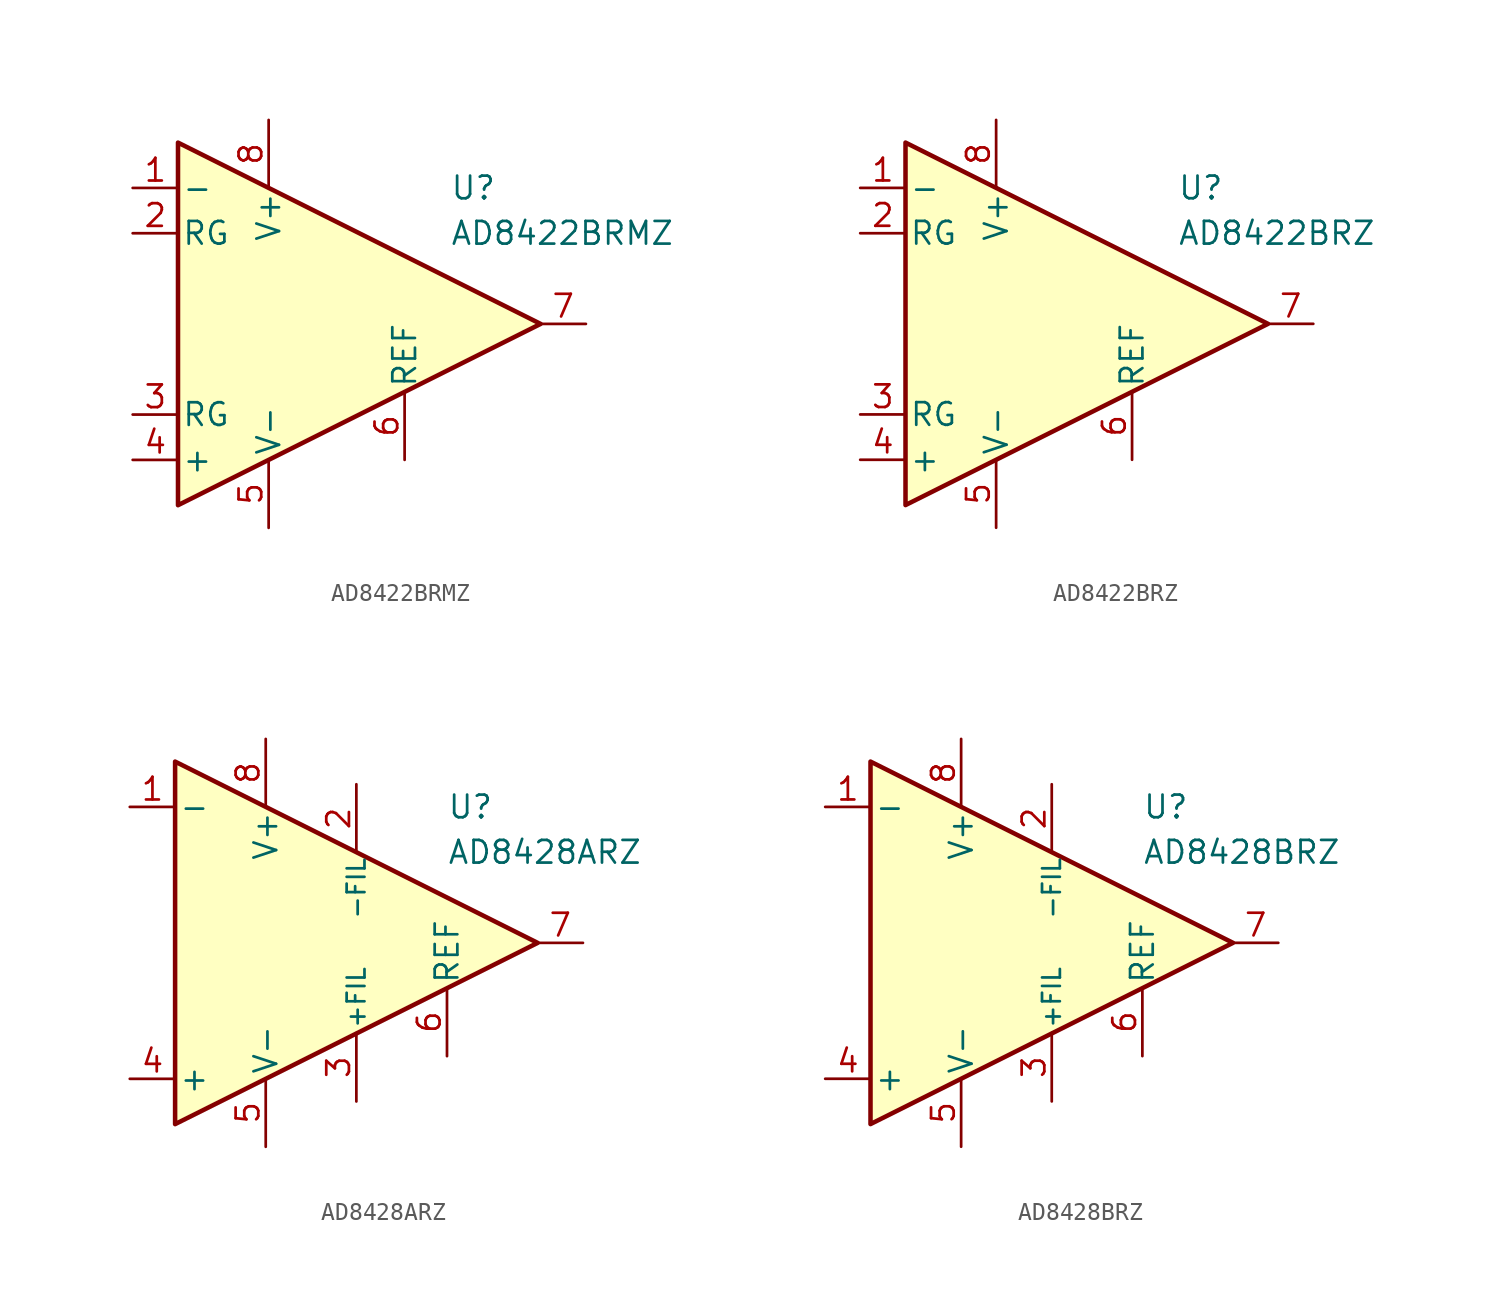
<source format=kicad_sym>
(kicad_symbol_lib
  (version 20231120)
  (generator "kicad_symbol_editor")
  (generator_version "8.0")
  (symbol "AD8422BRMZ"
    (pin_names
      (offset 0.2))
    (property "Reference" "U"
      (at 6.35 7.62 0)
      (effects (font (size 1.27 1.27)) (justify left)))
    (property "Value" "AD8422BRMZ"
      (at 6.35 5.08 0)
      (effects (font (size 1.27 1.27)) (justify left)))
    (symbol "AD8422BRMZ_0_1"
      (polyline (pts (xy -8.89 10.16) (xy -8.89 -10.16) (xy 11.43 0) (xy -8.89 10.16)) (stroke (width 0.254) (type default)) (fill (type background))))
    (symbol "AD8422BRMZ_1_1"
      (pin input line (at -11.43 7.62 0) (length 2.54) (name "-" (effects (font (size 1.27 1.27)))) (number "1" (effects (font (size 1.27 1.27)))))
      (pin passive line (at -11.43 5.08 0) (length 2.54) (name "RG" (effects (font (size 1.27 1.27)))) (number "2" (effects (font (size 1.27 1.27)))))
      (pin passive line (at -11.43 -5.08 0) (length 2.54) (name "RG" (effects (font (size 1.27 1.27)))) (number "3" (effects (font (size 1.27 1.27)))))
      (pin input line (at -11.43 -7.62 0) (length 2.54) (name "+" (effects (font (size 1.27 1.27)))) (number "4" (effects (font (size 1.27 1.27)))))
      (pin power_in line (at -3.81 -11.43 90) (length 3.81) (name "V-" (effects (font (size 1.27 1.27)))) (number "5" (effects (font (size 1.27 1.27)))))
      (pin input line (at 3.81 -7.62 90) (length 3.81) (name "REF" (effects (font (size 1.27 1.27)))) (number "6" (effects (font (size 1.27 1.27)))))
      (pin output line (at 13.97 0 180) (length 2.54) (name "~" (effects (font (size 1.27 1.27)))) (number "7" (effects (font (size 1.27 1.27)))))
      (pin power_in line (at -3.81 11.43 270) (length 3.81) (name "V+" (effects (font (size 1.27 1.27)))) (number "8" (effects (font (size 1.27 1.27)))))))
  (symbol "AD8422BRZ"
    (pin_names
      (offset 0.2))
    (property "Reference" "U"
      (at 6.35 7.62 0)
      (effects (font (size 1.27 1.27)) (justify left)))
    (property "Value" "AD8422BRZ"
      (at 6.35 5.08 0)
      (effects (font (size 1.27 1.27)) (justify left)))
    (symbol "AD8422BRZ_0_1"
      (polyline (pts (xy -8.89 10.16) (xy -8.89 -10.16) (xy 11.43 0) (xy -8.89 10.16)) (stroke (width 0.254) (type default)) (fill (type background))))
    (symbol "AD8422BRZ_1_1"
      (pin input line (at -11.43 7.62 0) (length 2.54) (name "-" (effects (font (size 1.27 1.27)))) (number "1" (effects (font (size 1.27 1.27)))))
      (pin passive line (at -11.43 5.08 0) (length 2.54) (name "RG" (effects (font (size 1.27 1.27)))) (number "2" (effects (font (size 1.27 1.27)))))
      (pin passive line (at -11.43 -5.08 0) (length 2.54) (name "RG" (effects (font (size 1.27 1.27)))) (number "3" (effects (font (size 1.27 1.27)))))
      (pin input line (at -11.43 -7.62 0) (length 2.54) (name "+" (effects (font (size 1.27 1.27)))) (number "4" (effects (font (size 1.27 1.27)))))
      (pin power_in line (at -3.81 -11.43 90) (length 3.81) (name "V-" (effects (font (size 1.27 1.27)))) (number "5" (effects (font (size 1.27 1.27)))))
      (pin input line (at 3.81 -7.62 90) (length 3.81) (name "REF" (effects (font (size 1.27 1.27)))) (number "6" (effects (font (size 1.27 1.27)))))
      (pin output line (at 13.97 0 180) (length 2.54) (name "~" (effects (font (size 1.27 1.27)))) (number "7" (effects (font (size 1.27 1.27)))))
      (pin power_in line (at -3.81 11.43 270) (length 3.81) (name "V+" (effects (font (size 1.27 1.27)))) (number "8" (effects (font (size 1.27 1.27)))))))
  (symbol "AD8428ARZ"
    (pin_names
      (offset 0.2))
    (property "Reference" "U"
      (at 6.35 7.62 0)
      (effects (font (size 1.27 1.27)) (justify left)))
    (property "Value" "AD8428ARZ"
      (at 6.35 5.08 0)
      (effects (font (size 1.27 1.27)) (justify left)))
    (symbol "AD8428ARZ_0_1"
      (polyline (pts (xy -8.89 10.16) (xy -8.89 -10.16) (xy 11.43 0) (xy -8.89 10.16)) (stroke (width 0.254) (type default)) (fill (type background))))
    (symbol "AD8428ARZ_1_1"
      (pin input line (at -11.43 7.62 0) (length 2.54) (name "-" (effects (font (size 1.27 1.27)))) (number "1" (effects (font (size 1.27 1.27)))))
      (pin passive line (at 1.27 8.89 270) (length 3.84) (name "-FIL" (effects (font (size 1 1)))) (number "2" (effects (font (size 1.27 1.27)))))
      (pin passive line (at 1.27 -8.89 90) (length 3.84) (name "+FIL" (effects (font (size 1 1)))) (number "3" (effects (font (size 1.27 1.27)))))
      (pin input line (at -11.43 -7.62 0) (length 2.54) (name "+" (effects (font (size 1.27 1.27)))) (number "4" (effects (font (size 1.27 1.27)))))
      (pin power_in line (at -3.81 -11.43 90) (length 3.81) (name "V-" (effects (font (size 1.27 1.27)))) (number "5" (effects (font (size 1.27 1.27)))))
      (pin input line (at 6.35 -6.35 90) (length 3.81) (name "REF" (effects (font (size 1.27 1.27)))) (number "6" (effects (font (size 1.27 1.27)))))
      (pin output line (at 13.97 0 180) (length 2.54) (name "~" (effects (font (size 1.27 1.27)))) (number "7" (effects (font (size 1.27 1.27)))))
      (pin power_in line (at -3.81 11.43 270) (length 3.81) (name "V+" (effects (font (size 1.27 1.27)))) (number "8" (effects (font (size 1.27 1.27)))))))
  (symbol "AD8428BRZ"
    (pin_names
      (offset 0.2))
    (property "Reference" "U"
      (at 6.35 7.62 0)
      (effects (font (size 1.27 1.27)) (justify left)))
    (property "Value" "AD8428BRZ"
      (at 6.35 5.08 0)
      (effects (font (size 1.27 1.27)) (justify left)))
    (symbol "AD8428BRZ_0_1"
      (polyline (pts (xy -8.89 10.16) (xy -8.89 -10.16) (xy 11.43 0) (xy -8.89 10.16)) (stroke (width 0.254) (type default)) (fill (type background))))
    (symbol "AD8428BRZ_1_1"
      (pin input line (at -11.43 7.62 0) (length 2.54) (name "-" (effects (font (size 1.27 1.27)))) (number "1" (effects (font (size 1.27 1.27)))))
      (pin passive line (at 1.27 8.89 270) (length 3.84) (name "-FIL" (effects (font (size 1 1)))) (number "2" (effects (font (size 1.27 1.27)))))
      (pin passive line (at 1.27 -8.89 90) (length 3.84) (name "+FIL" (effects (font (size 1 1)))) (number "3" (effects (font (size 1.27 1.27)))))
      (pin input line (at -11.43 -7.62 0) (length 2.54) (name "+" (effects (font (size 1.27 1.27)))) (number "4" (effects (font (size 1.27 1.27)))))
      (pin power_in line (at -3.81 -11.43 90) (length 3.81) (name "V-" (effects (font (size 1.27 1.27)))) (number "5" (effects (font (size 1.27 1.27)))))
      (pin input line (at 6.35 -6.35 90) (length 3.81) (name "REF" (effects (font (size 1.27 1.27)))) (number "6" (effects (font (size 1.27 1.27)))))
      (pin output line (at 13.97 0 180) (length 2.54) (name "~" (effects (font (size 1.27 1.27)))) (number "7" (effects (font (size 1.27 1.27)))))
      (pin power_in line (at -3.81 11.43 270) (length 3.81) (name "V+" (effects (font (size 1.27 1.27)))) (number "8" (effects (font (size 1.27 1.27))))))))
</source>
